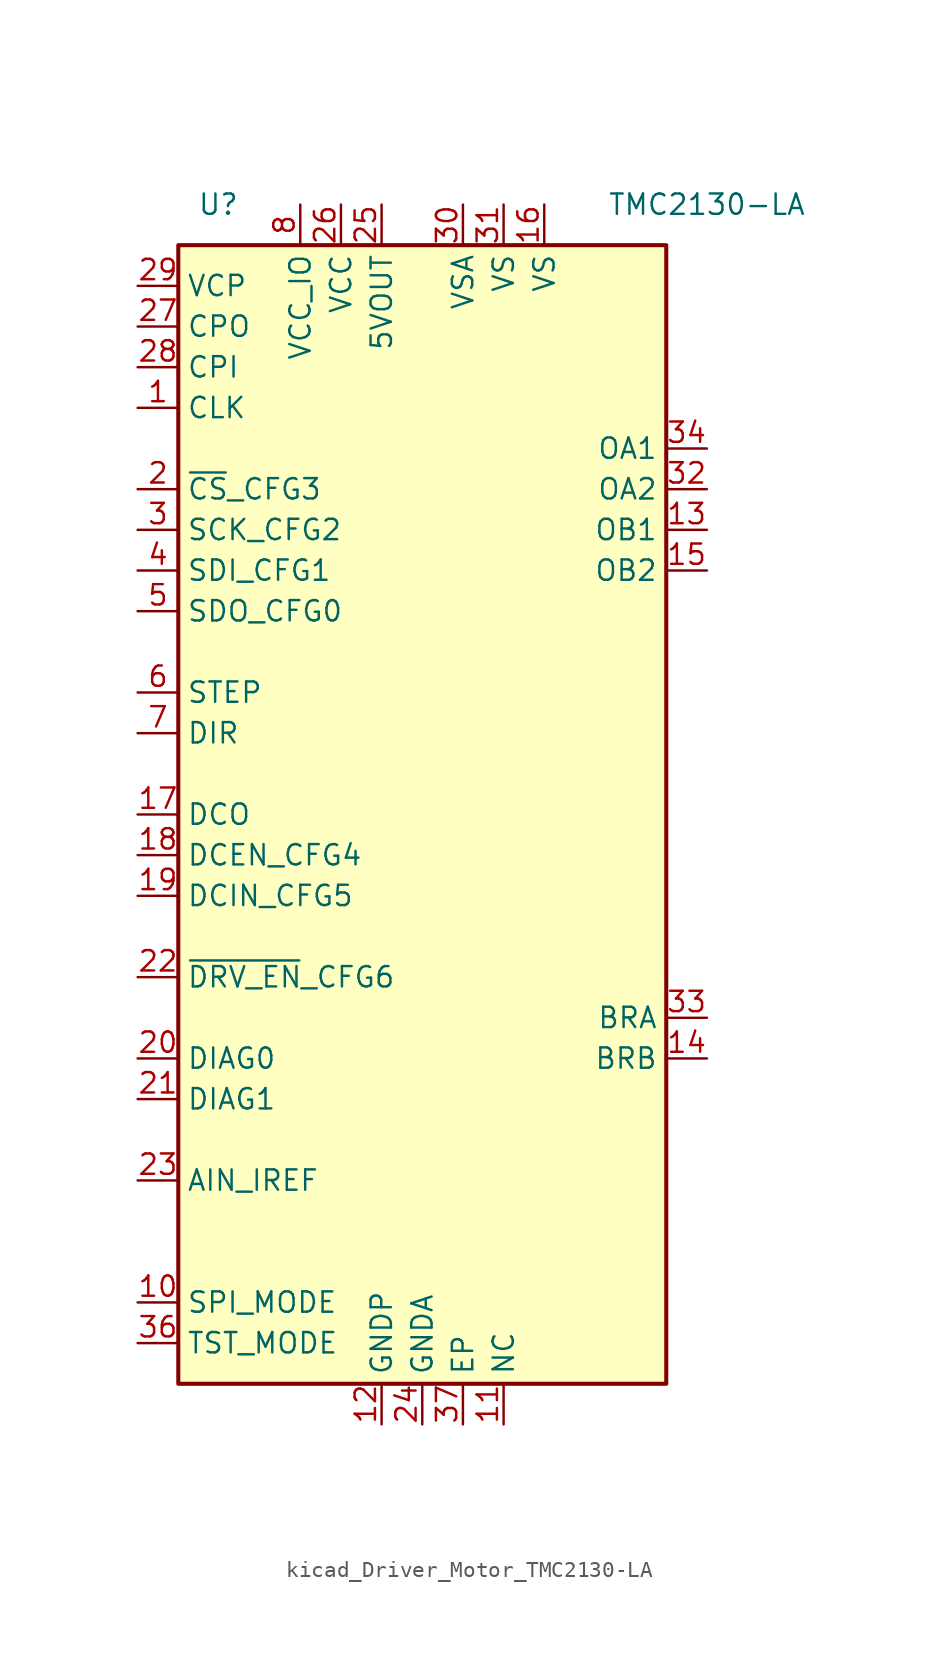
<source format=kicad_sym>
(kicad_symbol_lib
  (version 20220914)
  (generator kicad_symbol_editor)
  (symbol "kicad_Driver_Motor_TMC2130-LA"
    (property "Reference" "U"
      (at -11.43 38.1 0)
      (effects (font (size 1.27 1.27)) (justify right)))
    (property "Value" "TMC2130-LA"
      (at 17.78 38.1 0)
      (effects (font (size 1.27 1.27))))
    (symbol "kicad_Driver_Motor_TMC2130-LA_0_1"
      (rectangle (start -15.24 35.56) (end 15.24 -35.56) (stroke (width 0.254) (type default)) (fill (type background))))
    (symbol "kicad_Driver_Motor_TMC2130-LA_1_1"
      (pin input line (at -17.78 25.4 0) (length 2.54) (name "CLK" (effects (font (size 1.27 1.27)))) (number "1" (effects (font (size 1.27 1.27)))))
      (pin input line (at -17.78 -30.48 0) (length 2.54) (name "SPI_MODE" (effects (font (size 1.27 1.27)))) (number "10" (effects (font (size 1.27 1.27)))))
      (pin passive line (at 5.08 -38.1 90) (length 2.54) (name "NC" (effects (font (size 1.27 1.27)))) (number "11" (effects (font (size 1.27 1.27)))))
      (pin power_in line (at -2.54 -38.1 90) (length 2.54) (name "GNDP" (effects (font (size 1.27 1.27)))) (number "12" (effects (font (size 1.27 1.27)))))
      (pin output line (at 17.78 17.78 180) (length 2.54) (name "OB1" (effects (font (size 1.27 1.27)))) (number "13" (effects (font (size 1.27 1.27)))))
      (pin passive line (at 17.78 -15.24 180) (length 2.54) (name "BRB" (effects (font (size 1.27 1.27)))) (number "14" (effects (font (size 1.27 1.27)))))
      (pin output line (at 17.78 15.24 180) (length 2.54) (name "OB2" (effects (font (size 1.27 1.27)))) (number "15" (effects (font (size 1.27 1.27)))))
      (pin power_in line (at 7.62 38.1 270) (length 2.54) (name "VS" (effects (font (size 1.27 1.27)))) (number "16" (effects (font (size 1.27 1.27)))))
      (pin output line (at -17.78 0 0) (length 2.54) (name "DCO" (effects (font (size 1.27 1.27)))) (number "17" (effects (font (size 1.27 1.27)))))
      (pin input line (at -17.78 -2.54 0) (length 2.54) (name "DCEN_CFG4" (effects (font (size 1.27 1.27)))) (number "18" (effects (font (size 1.27 1.27)))))
      (pin input line (at -17.78 -5.08 0) (length 2.54) (name "DCIN_CFG5" (effects (font (size 1.27 1.27)))) (number "19" (effects (font (size 1.27 1.27)))))
      (pin input line (at -17.78 20.32 0) (length 2.54) (name "~{CS}_CFG3" (effects (font (size 1.27 1.27)))) (number "2" (effects (font (size 1.27 1.27)))))
      (pin output line (at -17.78 -15.24 0) (length 2.54) (name "DIAG0" (effects (font (size 1.27 1.27)))) (number "20" (effects (font (size 1.27 1.27)))))
      (pin output line (at -17.78 -17.78 0) (length 2.54) (name "DIAG1" (effects (font (size 1.27 1.27)))) (number "21" (effects (font (size 1.27 1.27)))))
      (pin input line (at -17.78 -10.16 0) (length 2.54) (name "~{DRV_EN}_CFG6" (effects (font (size 1.27 1.27)))) (number "22" (effects (font (size 1.27 1.27)))))
      (pin input line (at -17.78 -22.86 0) (length 2.54) (name "AIN_IREF" (effects (font (size 1.27 1.27)))) (number "23" (effects (font (size 1.27 1.27)))))
      (pin power_in line (at 0 -38.1 90) (length 2.54) (name "GNDA" (effects (font (size 1.27 1.27)))) (number "24" (effects (font (size 1.27 1.27)))))
      (pin power_out line (at -2.54 38.1 270) (length 2.54) (name "5VOUT" (effects (font (size 1.27 1.27)))) (number "25" (effects (font (size 1.27 1.27)))))
      (pin power_in line (at -5.08 38.1 270) (length 2.54) (name "VCC" (effects (font (size 1.27 1.27)))) (number "26" (effects (font (size 1.27 1.27)))))
      (pin passive line (at -17.78 30.48 0) (length 2.54) (name "CPO" (effects (font (size 1.27 1.27)))) (number "27" (effects (font (size 1.27 1.27)))))
      (pin passive line (at -17.78 27.94 0) (length 2.54) (name "CPI" (effects (font (size 1.27 1.27)))) (number "28" (effects (font (size 1.27 1.27)))))
      (pin passive line (at -17.78 33.02 0) (length 2.54) (name "VCP" (effects (font (size 1.27 1.27)))) (number "29" (effects (font (size 1.27 1.27)))))
      (pin input line (at -17.78 17.78 0) (length 2.54) (name "SCK_CFG2" (effects (font (size 1.27 1.27)))) (number "3" (effects (font (size 1.27 1.27)))))
      (pin power_in line (at 2.54 38.1 270) (length 2.54) (name "VSA" (effects (font (size 1.27 1.27)))) (number "30" (effects (font (size 1.27 1.27)))))
      (pin power_in line (at 5.08 38.1 270) (length 2.54) (name "VS" (effects (font (size 1.27 1.27)))) (number "31" (effects (font (size 1.27 1.27)))))
      (pin output line (at 17.78 20.32 180) (length 2.54) (name "OA2" (effects (font (size 1.27 1.27)))) (number "32" (effects (font (size 1.27 1.27)))))
      (pin passive line (at 17.78 -12.7 180) (length 2.54) (name "BRA" (effects (font (size 1.27 1.27)))) (number "33" (effects (font (size 1.27 1.27)))))
      (pin output line (at 17.78 22.86 180) (length 2.54) (name "OA1" (effects (font (size 1.27 1.27)))) (number "34" (effects (font (size 1.27 1.27)))))
      (pin passive line (at -2.54 -38.1 90) (length 2.54) hide (name "GNDP" (effects (font (size 1.27 1.27)))) (number "35" (effects (font (size 1.27 1.27)))))
      (pin input line (at -17.78 -33.02 0) (length 2.54) (name "TST_MODE" (effects (font (size 1.27 1.27)))) (number "36" (effects (font (size 1.27 1.27)))))
      (pin power_in line (at 2.54 -38.1 90) (length 2.54) (name "EP" (effects (font (size 1.27 1.27)))) (number "37" (effects (font (size 1.27 1.27)))))
      (pin input line (at -17.78 15.24 0) (length 2.54) (name "SDI_CFG1" (effects (font (size 1.27 1.27)))) (number "4" (effects (font (size 1.27 1.27)))))
      (pin bidirectional line (at -17.78 12.7 0) (length 2.54) (name "SDO_CFG0" (effects (font (size 1.27 1.27)))) (number "5" (effects (font (size 1.27 1.27)))))
      (pin input line (at -17.78 7.62 0) (length 2.54) (name "STEP" (effects (font (size 1.27 1.27)))) (number "6" (effects (font (size 1.27 1.27)))))
      (pin input line (at -17.78 5.08 0) (length 2.54) (name "DIR" (effects (font (size 1.27 1.27)))) (number "7" (effects (font (size 1.27 1.27)))))
      (pin power_in line (at -7.62 38.1 270) (length 2.54) (name "VCC_IO" (effects (font (size 1.27 1.27)))) (number "8" (effects (font (size 1.27 1.27)))))
      (pin no_connect line (at 15.24 33.02 180) (length 2.54) hide (name "DNC" (effects (font (size 1.27 1.27)))) (number "9" (effects (font (size 1.27 1.27))))))))
</source>
